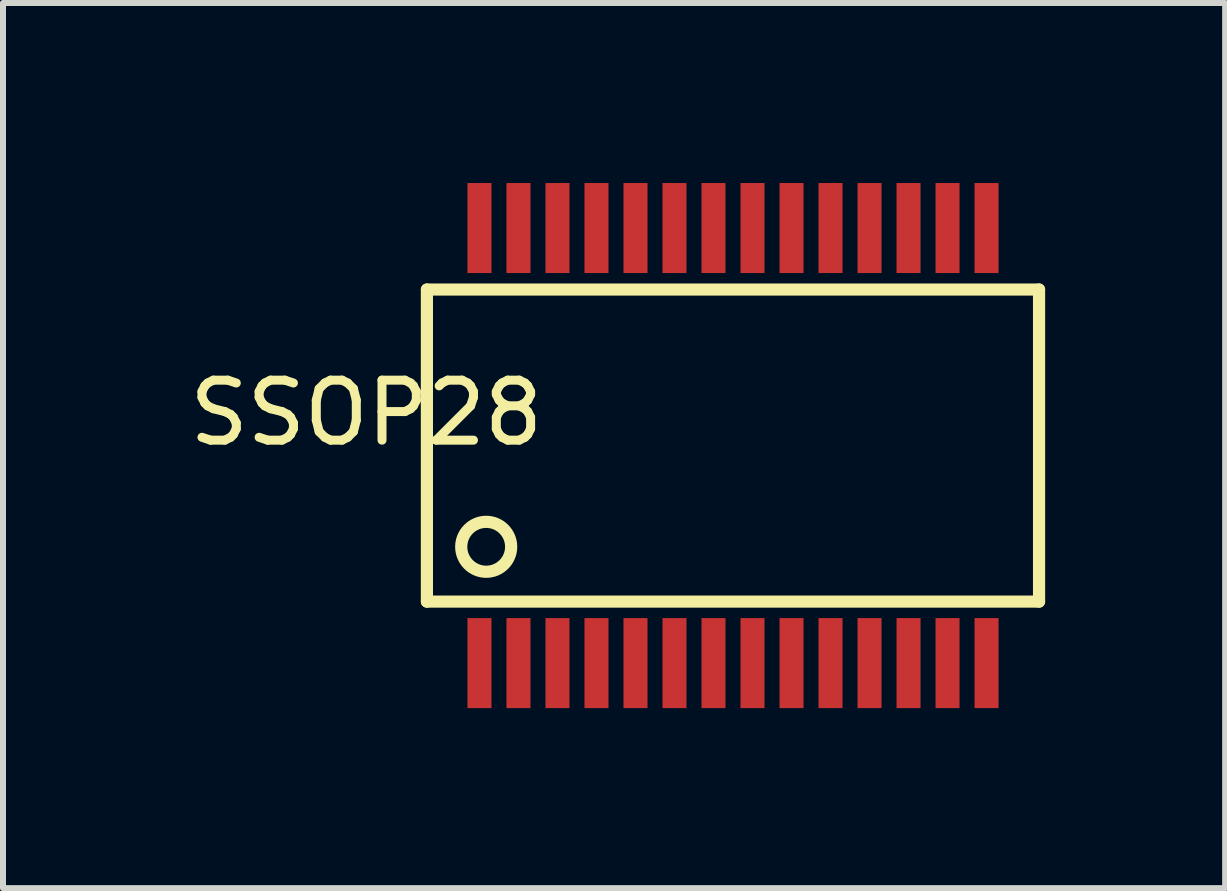
<source format=kicad_pcb>
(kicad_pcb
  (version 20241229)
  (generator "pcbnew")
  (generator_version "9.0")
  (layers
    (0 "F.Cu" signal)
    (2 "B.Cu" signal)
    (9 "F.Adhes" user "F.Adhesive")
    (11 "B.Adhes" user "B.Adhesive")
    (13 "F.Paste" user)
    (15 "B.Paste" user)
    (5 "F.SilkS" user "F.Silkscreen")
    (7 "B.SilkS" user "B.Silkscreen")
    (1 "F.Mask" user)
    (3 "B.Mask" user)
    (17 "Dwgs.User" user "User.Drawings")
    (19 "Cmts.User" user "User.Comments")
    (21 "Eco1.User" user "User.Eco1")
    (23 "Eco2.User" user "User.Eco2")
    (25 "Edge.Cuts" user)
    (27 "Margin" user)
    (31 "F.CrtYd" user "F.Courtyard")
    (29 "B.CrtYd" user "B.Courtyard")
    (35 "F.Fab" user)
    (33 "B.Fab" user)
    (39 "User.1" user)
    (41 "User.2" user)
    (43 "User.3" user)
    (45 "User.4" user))
  (footprint "SSOP28"
    (layer "F.Cu")
    (at 9.165 4.375)
    (property "Reference" "SSOP28" (at -6.111 -0.545 180) (layer "F.SilkS") (effects (font (size 1 1) (thickness 0.15))))
    (attr through_hole)
    (fp_line (start -5.101 2.6) (end -5.101 -2.6) (stroke (width 0.203) (type solid)) (layer "F.SilkS"))
    (fp_line (start -5.1 2.6) (end 5.1 2.6) (stroke (width 0.203) (type solid)) (layer "F.SilkS"))
    (fp_line (start 5.1 -2.6) (end -5.1 -2.6) (stroke (width 0.203) (type solid)) (layer "F.SilkS"))
    (fp_line (start 5.1 2.6) (end 5.1 -2.6) (stroke (width 0.203) (type solid)) (layer "F.SilkS"))
    (fp_circle (center -4.113 1.687) (end -3.697 1.687) (stroke (width 0.203) (type solid)) (fill no) (layer "F.SilkS"))
    (pad "1" smd rect (at -4.225 3.625) (size 0.4 1.5) (layers "F.Cu" "F.Mask" "F.Paste"))
    (pad "2" smd rect (at -3.575 3.625) (size 0.4 1.5) (layers "F.Cu" "F.Mask" "F.Paste"))
    (pad "3" smd rect (at -2.925 3.625) (size 0.4 1.5) (layers "F.Cu" "F.Mask" "F.Paste"))
    (pad "4" smd rect (at -2.275 3.625) (size 0.4 1.5) (layers "F.Cu" "F.Mask" "F.Paste"))
    (pad "5" smd rect (at -1.625 3.625) (size 0.4 1.5) (layers "F.Cu" "F.Mask" "F.Paste"))
    (pad "6" smd rect (at -0.975 3.625) (size 0.4 1.5) (layers "F.Cu" "F.Mask" "F.Paste"))
    (pad "7" smd rect (at -0.325 3.625) (size 0.4 1.5) (layers "F.Cu" "F.Mask" "F.Paste"))
    (pad "8" smd rect (at 0.325 3.625) (size 0.4 1.5) (layers "F.Cu" "F.Mask" "F.Paste"))
    (pad "9" smd rect (at 0.975 3.625) (size 0.4 1.5) (layers "F.Cu" "F.Mask" "F.Paste"))
    (pad "10" smd rect (at 1.625 3.625) (size 0.4 1.5) (layers "F.Cu" "F.Mask" "F.Paste"))
    (pad "11" smd rect (at 2.275 3.625) (size 0.4 1.5) (layers "F.Cu" "F.Mask" "F.Paste"))
    (pad "12" smd rect (at 2.925 3.625) (size 0.4 1.5) (layers "F.Cu" "F.Mask" "F.Paste"))
    (pad "13" smd rect (at 3.575 3.625) (size 0.4 1.5) (layers "F.Cu" "F.Mask" "F.Paste"))
    (pad "14" smd rect (at 4.225 3.625) (size 0.4 1.5) (layers "F.Cu" "F.Mask" "F.Paste"))
    (pad "15" smd rect (at 4.225 -3.625) (size 0.4 1.5) (layers "F.Cu" "F.Mask" "F.Paste"))
    (pad "16" smd rect (at 3.575 -3.625) (size 0.4 1.5) (layers "F.Cu" "F.Mask" "F.Paste"))
    (pad "17" smd rect (at 2.925 -3.625) (size 0.4 1.5) (layers "F.Cu" "F.Mask" "F.Paste"))
    (pad "18" smd rect (at 2.275 -3.625) (size 0.4 1.5) (layers "F.Cu" "F.Mask" "F.Paste"))
    (pad "19" smd rect (at 1.625 -3.625) (size 0.4 1.5) (layers "F.Cu" "F.Mask" "F.Paste"))
    (pad "20" smd rect (at 0.975 -3.625) (size 0.4 1.5) (layers "F.Cu" "F.Mask" "F.Paste"))
    (pad "21" smd rect (at 0.325 -3.625) (size 0.4 1.5) (layers "F.Cu" "F.Mask" "F.Paste"))
    (pad "22" smd rect (at -0.325 -3.625) (size 0.4 1.5) (layers "F.Cu" "F.Mask" "F.Paste"))
    (pad "23" smd rect (at -0.975 -3.625) (size 0.4 1.5) (layers "F.Cu" "F.Mask" "F.Paste"))
    (pad "24" smd rect (at -1.625 -3.625) (size 0.4 1.5) (layers "F.Cu" "F.Mask" "F.Paste"))
    (pad "25" smd rect (at -2.275 -3.625) (size 0.4 1.5) (layers "F.Cu" "F.Mask" "F.Paste"))
    (pad "26" smd rect (at -2.925 -3.625) (size 0.4 1.5) (layers "F.Cu" "F.Mask" "F.Paste"))
    (pad "27" smd rect (at -3.575 -3.625) (size 0.4 1.5) (layers "F.Cu" "F.Mask" "F.Paste"))
    (pad "28" smd rect (at -4.225 -3.625) (size 0.4 1.5) (layers "F.Cu" "F.Mask" "F.Paste")))
  (gr_rect
    (start -3 -3)
    (end 17.366 11.75)
    (stroke (width 0.1) (type default))
    (fill no)
    (layer "Edge.Cuts")))
</source>
